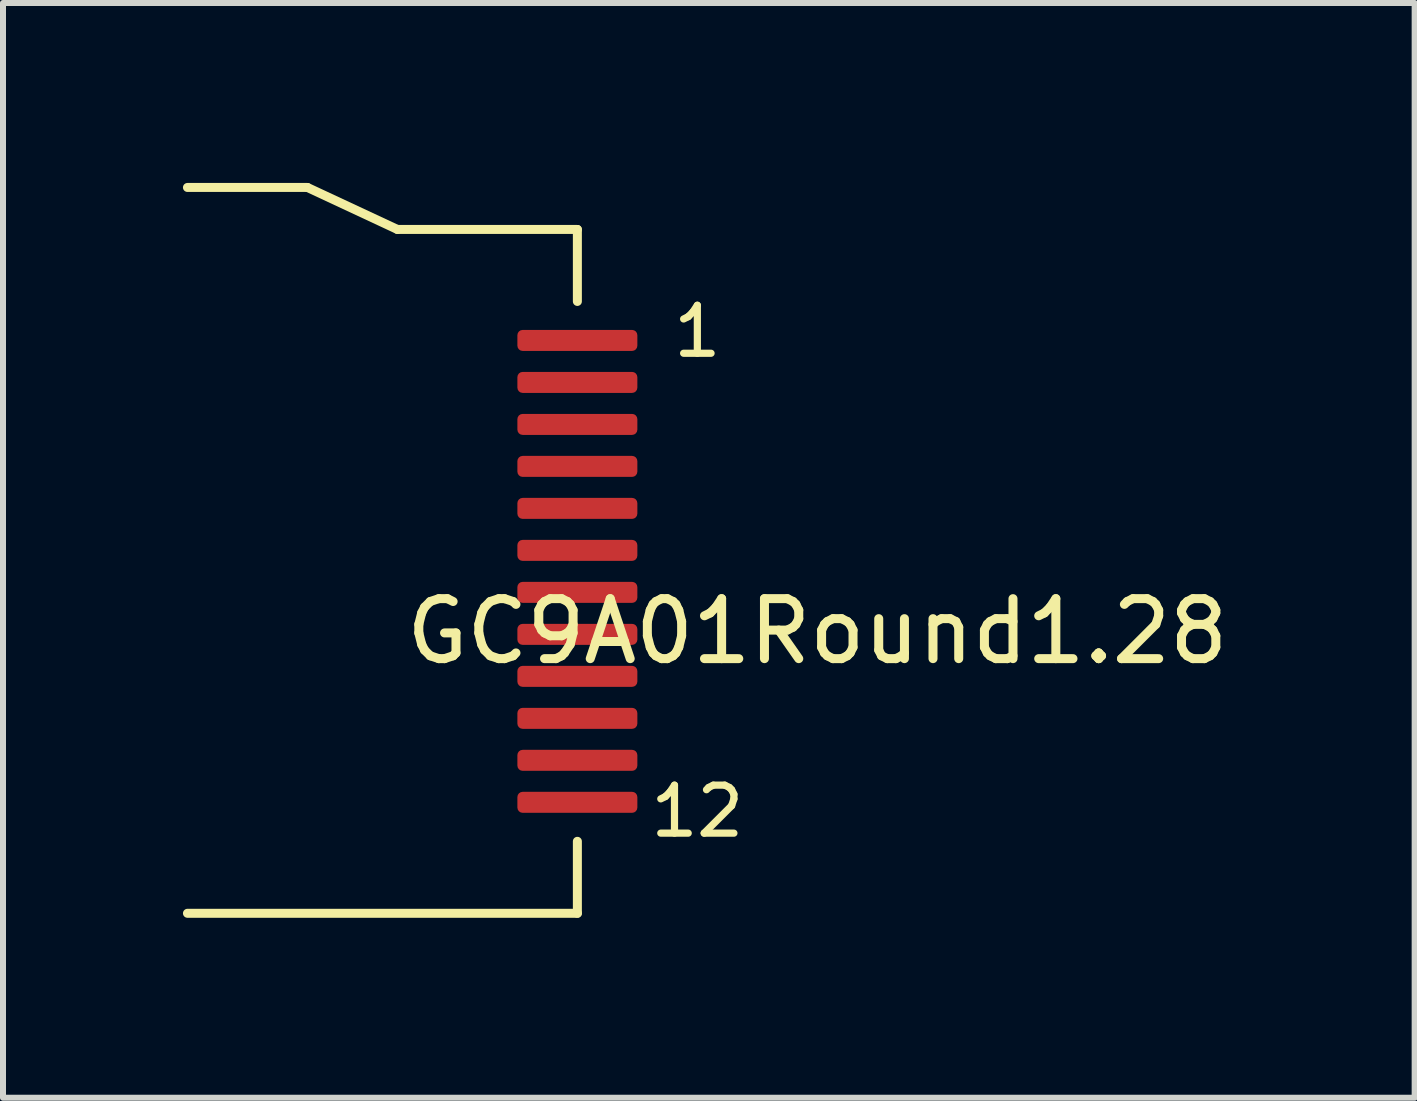
<source format=kicad_pcb>
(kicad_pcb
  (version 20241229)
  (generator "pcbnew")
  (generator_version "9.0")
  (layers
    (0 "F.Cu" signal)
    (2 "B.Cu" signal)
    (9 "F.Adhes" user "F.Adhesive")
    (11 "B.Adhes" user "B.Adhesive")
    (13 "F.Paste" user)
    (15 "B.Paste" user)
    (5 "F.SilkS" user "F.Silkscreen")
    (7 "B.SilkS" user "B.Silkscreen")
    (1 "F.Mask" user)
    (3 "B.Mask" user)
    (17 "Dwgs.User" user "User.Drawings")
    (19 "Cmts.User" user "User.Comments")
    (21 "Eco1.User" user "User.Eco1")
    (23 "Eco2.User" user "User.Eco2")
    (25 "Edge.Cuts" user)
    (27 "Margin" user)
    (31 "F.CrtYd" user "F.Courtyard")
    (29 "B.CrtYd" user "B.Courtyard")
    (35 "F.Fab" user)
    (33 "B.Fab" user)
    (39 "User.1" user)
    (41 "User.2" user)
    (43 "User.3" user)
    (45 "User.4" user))
  (footprint "GC9A01Round1.28"
    (layer "F.Cu")
    (at 6.575 6.475)
    (property "Reference" "GC9A01Round1.28" (at 4 1 0) (layer "F.SilkS") (effects (font (size 1 1) (thickness 0.15))))
    (attr smd)
    (fp_line (start -6.5 -6.4) (end -4.5 -6.4) (stroke (width 0.15) (type solid)) (layer "F.SilkS"))
    (fp_line (start -4.5 -6.4) (end -3 -5.7) (stroke (width 0.15) (type solid)) (layer "F.SilkS"))
    (fp_line (start 0 -5.7) (end -3 -5.7) (stroke (width 0.15) (type solid)) (layer "F.SilkS"))
    (fp_line (start 0 -5.7) (end 0 -4.5) (stroke (width 0.15) (type solid)) (layer "F.SilkS"))
    (fp_line (start 0 5.7) (end -6.5 5.7) (stroke (width 0.15) (type solid)) (layer "F.SilkS"))
    (fp_line (start 0 5.7) (end 0 4.5) (stroke (width 0.15) (type solid)) (layer "F.SilkS"))
    (fp_text user "1" (at 2 -4 0) (layer "F.SilkS") (effects (font (size 0.8 0.8) (thickness 0.12))))
    (fp_text user "12" (at 2 4 0) (layer "F.SilkS") (effects (font (size 0.8 0.8) (thickness 0.12))))
    (pad "1" smd roundrect (at 0 -3.85) (size 2 0.35) (layers "F.Cu" "F.Mask" "F.Paste") (roundrect_rratio 0.25))
    (pad "2" smd roundrect (at 0 -3.15) (size 2 0.35) (layers "F.Cu" "F.Mask" "F.Paste") (roundrect_rratio 0.25))
    (pad "3" smd roundrect (at 0 -2.45) (size 2 0.35) (layers "F.Cu" "F.Mask" "F.Paste") (roundrect_rratio 0.25))
    (pad "4" smd roundrect (at 0 -1.75) (size 2 0.35) (layers "F.Cu" "F.Mask" "F.Paste") (roundrect_rratio 0.25))
    (pad "5" smd roundrect (at 0 -1.05) (size 2 0.35) (layers "F.Cu" "F.Mask" "F.Paste") (roundrect_rratio 0.25))
    (pad "6" smd roundrect (at 0 -0.35) (size 2 0.35) (layers "F.Cu" "F.Mask" "F.Paste") (roundrect_rratio 0.25))
    (pad "7" smd roundrect (at 0 0.35) (size 2 0.35) (layers "F.Cu" "F.Mask" "F.Paste") (roundrect_rratio 0.25))
    (pad "8" smd roundrect (at 0 1.05) (size 2 0.35) (layers "F.Cu" "F.Mask" "F.Paste") (roundrect_rratio 0.25))
    (pad "9" smd roundrect (at 0 1.75) (size 2 0.35) (layers "F.Cu" "F.Mask" "F.Paste") (roundrect_rratio 0.25))
    (pad "10" smd roundrect (at 0 2.45) (size 2 0.35) (layers "F.Cu" "F.Mask" "F.Paste") (roundrect_rratio 0.25))
    (pad "11" smd roundrect (at 0 3.15) (size 2 0.35) (layers "F.Cu" "F.Mask" "F.Paste") (roundrect_rratio 0.25))
    (pad "12" smd roundrect (at 0 3.85) (size 2 0.35) (layers "F.Cu" "F.Mask" "F.Paste") (roundrect_rratio 0.25)))
  (gr_rect
    (start -3 -3)
    (end 20.533 15.25)
    (stroke (width 0.1) (type default))
    (fill no)
    (layer "Edge.Cuts")))
</source>
